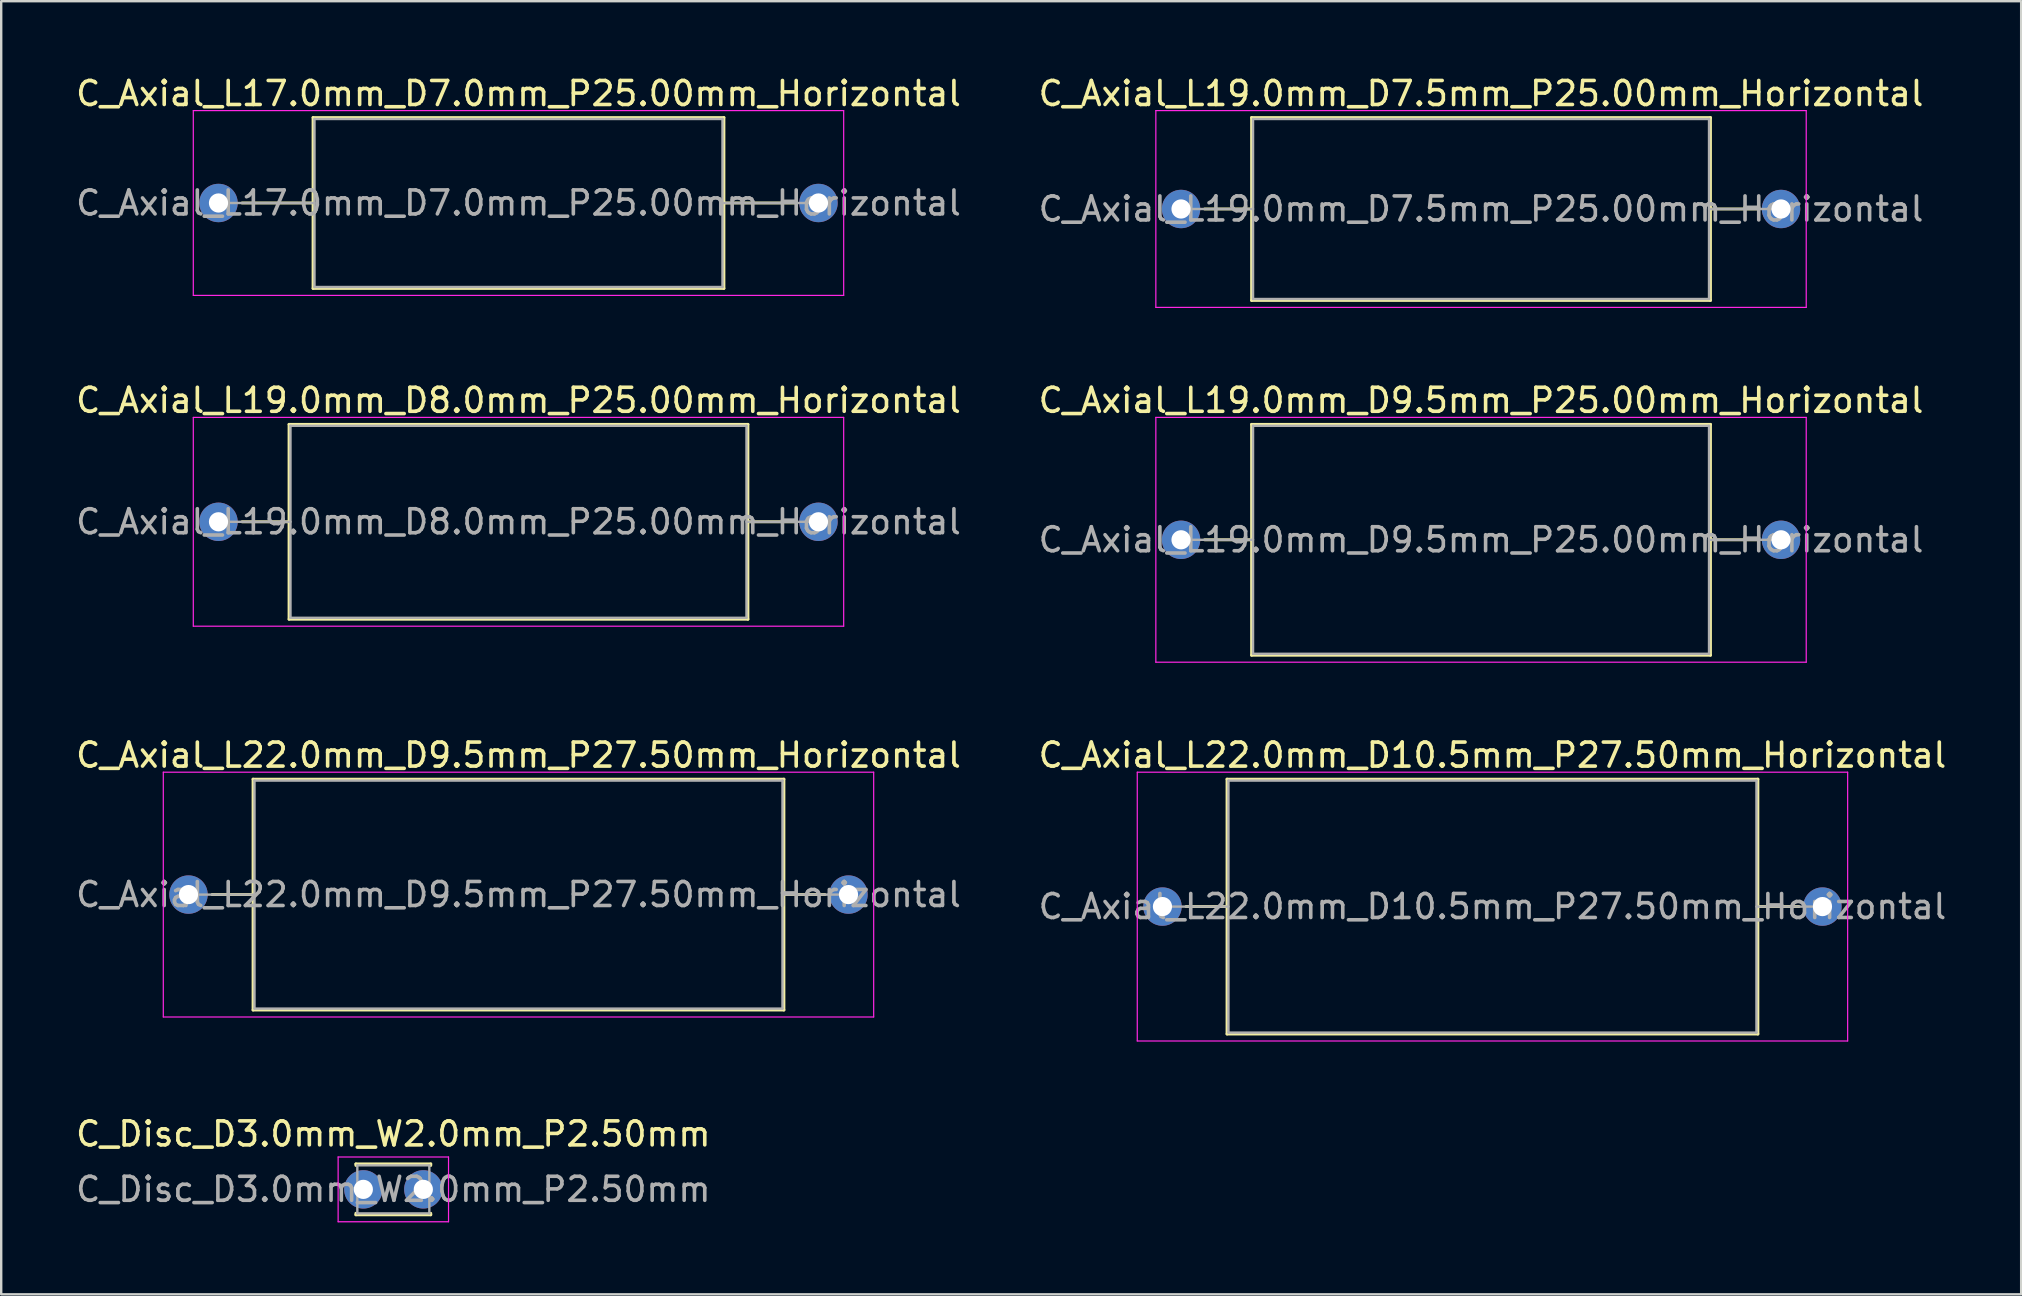
<source format=kicad_pcb>
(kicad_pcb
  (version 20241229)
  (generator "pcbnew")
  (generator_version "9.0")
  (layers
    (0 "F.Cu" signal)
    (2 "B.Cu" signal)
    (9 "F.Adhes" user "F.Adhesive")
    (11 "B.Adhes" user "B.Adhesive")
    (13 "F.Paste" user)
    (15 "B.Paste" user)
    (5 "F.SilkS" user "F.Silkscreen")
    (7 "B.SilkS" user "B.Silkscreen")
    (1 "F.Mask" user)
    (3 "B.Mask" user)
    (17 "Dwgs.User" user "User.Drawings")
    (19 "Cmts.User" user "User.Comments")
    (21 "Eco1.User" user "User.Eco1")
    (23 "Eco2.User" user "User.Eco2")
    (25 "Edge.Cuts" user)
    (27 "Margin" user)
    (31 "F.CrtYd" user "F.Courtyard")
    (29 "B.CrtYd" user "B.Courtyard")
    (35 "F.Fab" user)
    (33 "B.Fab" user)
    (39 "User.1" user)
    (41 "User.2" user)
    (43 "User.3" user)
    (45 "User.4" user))
  (footprint "C_Axial_L22.0mm_D10.5mm_P27.50mm_Horizontal"
    (layer "F.Cu")
    (at 45.387 34.725)
    (property "Reference" "C_Axial_L22.0mm_D10.5mm_P27.50mm_Horizontal" (at 13.75 -6.31 0) (layer "F.SilkS") (effects (font (size 1 1) (thickness 0.15))))
    (attr through_hole)
    (fp_line (start 0.98 0) (end 2.69 0) (stroke (width 0.12) (type solid)) (layer "F.SilkS"))
    (fp_line (start 2.69 -5.31) (end 2.69 5.31) (stroke (width 0.12) (type solid)) (layer "F.SilkS"))
    (fp_line (start 2.69 5.31) (end 24.81 5.31) (stroke (width 0.12) (type solid)) (layer "F.SilkS"))
    (fp_line (start 24.81 -5.31) (end 2.69 -5.31) (stroke (width 0.12) (type solid)) (layer "F.SilkS"))
    (fp_line (start 24.81 5.31) (end 24.81 -5.31) (stroke (width 0.12) (type solid)) (layer "F.SilkS"))
    (fp_line (start 26.52 0) (end 24.81 0) (stroke (width 0.12) (type solid)) (layer "F.SilkS"))
    (fp_line (start -1.05 -5.6) (end -1.05 5.6) (stroke (width 0.05) (type solid)) (layer "F.CrtYd"))
    (fp_line (start -1.05 5.6) (end 28.55 5.6) (stroke (width 0.05) (type solid)) (layer "F.CrtYd"))
    (fp_line (start 28.55 -5.6) (end -1.05 -5.6) (stroke (width 0.05) (type solid)) (layer "F.CrtYd"))
    (fp_line (start 28.55 5.6) (end 28.55 -5.6) (stroke (width 0.05) (type solid)) (layer "F.CrtYd"))
    (fp_line (start 0 0) (end 2.75 0) (stroke (width 0.1) (type solid)) (layer "F.Fab"))
    (fp_line (start 2.75 -5.25) (end 2.75 5.25) (stroke (width 0.1) (type solid)) (layer "F.Fab"))
    (fp_line (start 2.75 5.25) (end 24.75 5.25) (stroke (width 0.1) (type solid)) (layer "F.Fab"))
    (fp_line (start 24.75 -5.25) (end 2.75 -5.25) (stroke (width 0.1) (type solid)) (layer "F.Fab"))
    (fp_line (start 24.75 5.25) (end 24.75 -5.25) (stroke (width 0.1) (type solid)) (layer "F.Fab"))
    (fp_line (start 27.5 0) (end 24.75 0) (stroke (width 0.1) (type solid)) (layer "F.Fab"))
    (fp_text user "${REFERENCE}" (at 13.75 0 0) (layer "F.Fab") (effects (font (size 1 1) (thickness 0.15))))
    (pad "1" thru_hole circle (at 0 0) (size 1.6 1.6) (drill 0.8) (layers "*.Cu" "*.Mask"))
    (pad "2" thru_hole oval (at 27.5 0) (size 1.6 1.6) (drill 0.8) (layers "*.Cu" "*.Mask")))
  (footprint "C_Axial_L22.0mm_D9.5mm_P27.50mm_Horizontal"
    (layer "F.Cu")
    (at 4.804 34.225)
    (property "Reference" "C_Axial_L22.0mm_D9.5mm_P27.50mm_Horizontal" (at 13.75 -5.81 0) (layer "F.SilkS") (effects (font (size 1 1) (thickness 0.15))))
    (attr through_hole)
    (fp_line (start 0.98 0) (end 2.69 0) (stroke (width 0.12) (type solid)) (layer "F.SilkS"))
    (fp_line (start 2.69 -4.81) (end 2.69 4.81) (stroke (width 0.12) (type solid)) (layer "F.SilkS"))
    (fp_line (start 2.69 4.81) (end 24.81 4.81) (stroke (width 0.12) (type solid)) (layer "F.SilkS"))
    (fp_line (start 24.81 -4.81) (end 2.69 -4.81) (stroke (width 0.12) (type solid)) (layer "F.SilkS"))
    (fp_line (start 24.81 4.81) (end 24.81 -4.81) (stroke (width 0.12) (type solid)) (layer "F.SilkS"))
    (fp_line (start 26.52 0) (end 24.81 0) (stroke (width 0.12) (type solid)) (layer "F.SilkS"))
    (fp_line (start -1.05 -5.1) (end -1.05 5.1) (stroke (width 0.05) (type solid)) (layer "F.CrtYd"))
    (fp_line (start -1.05 5.1) (end 28.55 5.1) (stroke (width 0.05) (type solid)) (layer "F.CrtYd"))
    (fp_line (start 28.55 -5.1) (end -1.05 -5.1) (stroke (width 0.05) (type solid)) (layer "F.CrtYd"))
    (fp_line (start 28.55 5.1) (end 28.55 -5.1) (stroke (width 0.05) (type solid)) (layer "F.CrtYd"))
    (fp_line (start 0 0) (end 2.75 0) (stroke (width 0.1) (type solid)) (layer "F.Fab"))
    (fp_line (start 2.75 -4.75) (end 2.75 4.75) (stroke (width 0.1) (type solid)) (layer "F.Fab"))
    (fp_line (start 2.75 4.75) (end 24.75 4.75) (stroke (width 0.1) (type solid)) (layer "F.Fab"))
    (fp_line (start 24.75 -4.75) (end 2.75 -4.75) (stroke (width 0.1) (type solid)) (layer "F.Fab"))
    (fp_line (start 24.75 4.75) (end 24.75 -4.75) (stroke (width 0.1) (type solid)) (layer "F.Fab"))
    (fp_line (start 27.5 0) (end 24.75 0) (stroke (width 0.1) (type solid)) (layer "F.Fab"))
    (fp_text user "${REFERENCE}" (at 13.75 0 0) (layer "F.Fab") (effects (font (size 1 1) (thickness 0.15))))
    (pad "1" thru_hole circle (at 0 0) (size 1.6 1.6) (drill 0.8) (layers "*.Cu" "*.Mask"))
    (pad "2" thru_hole oval (at 27.5 0) (size 1.6 1.6) (drill 0.8) (layers "*.Cu" "*.Mask")))
  (footprint "C_Axial_L19.0mm_D7.5mm_P25.00mm_Horizontal"
    (layer "F.Cu")
    (at 46.161 5.658)
    (property "Reference" "C_Axial_L19.0mm_D7.5mm_P25.00mm_Horizontal" (at 12.5 -4.81 0) (layer "F.SilkS") (effects (font (size 1 1) (thickness 0.15))))
    (attr through_hole)
    (fp_line (start 0.98 0) (end 2.94 0) (stroke (width 0.12) (type solid)) (layer "F.SilkS"))
    (fp_line (start 2.94 -3.81) (end 2.94 3.81) (stroke (width 0.12) (type solid)) (layer "F.SilkS"))
    (fp_line (start 2.94 3.81) (end 22.06 3.81) (stroke (width 0.12) (type solid)) (layer "F.SilkS"))
    (fp_line (start 22.06 -3.81) (end 2.94 -3.81) (stroke (width 0.12) (type solid)) (layer "F.SilkS"))
    (fp_line (start 22.06 3.81) (end 22.06 -3.81) (stroke (width 0.12) (type solid)) (layer "F.SilkS"))
    (fp_line (start 24.02 0) (end 22.06 0) (stroke (width 0.12) (type solid)) (layer "F.SilkS"))
    (fp_line (start -1.05 -4.1) (end -1.05 4.1) (stroke (width 0.05) (type solid)) (layer "F.CrtYd"))
    (fp_line (start -1.05 4.1) (end 26.05 4.1) (stroke (width 0.05) (type solid)) (layer "F.CrtYd"))
    (fp_line (start 26.05 -4.1) (end -1.05 -4.1) (stroke (width 0.05) (type solid)) (layer "F.CrtYd"))
    (fp_line (start 26.05 4.1) (end 26.05 -4.1) (stroke (width 0.05) (type solid)) (layer "F.CrtYd"))
    (fp_line (start 0 0) (end 3 0) (stroke (width 0.1) (type solid)) (layer "F.Fab"))
    (fp_line (start 3 -3.75) (end 3 3.75) (stroke (width 0.1) (type solid)) (layer "F.Fab"))
    (fp_line (start 3 3.75) (end 22 3.75) (stroke (width 0.1) (type solid)) (layer "F.Fab"))
    (fp_line (start 22 -3.75) (end 3 -3.75) (stroke (width 0.1) (type solid)) (layer "F.Fab"))
    (fp_line (start 22 3.75) (end 22 -3.75) (stroke (width 0.1) (type solid)) (layer "F.Fab"))
    (fp_line (start 25 0) (end 22 0) (stroke (width 0.1) (type solid)) (layer "F.Fab"))
    (fp_text user "${REFERENCE}" (at 12.5 0 0) (layer "F.Fab") (effects (font (size 1 1) (thickness 0.15))))
    (pad "1" thru_hole circle (at 0 0) (size 1.6 1.6) (drill 0.8) (layers "*.Cu" "*.Mask"))
    (pad "2" thru_hole oval (at 25 0) (size 1.6 1.6) (drill 0.8) (layers "*.Cu" "*.Mask")))
  (footprint "C_Axial_L19.0mm_D9.5mm_P25.00mm_Horizontal"
    (layer "F.Cu")
    (at 46.161 19.442)
    (property "Reference" "C_Axial_L19.0mm_D9.5mm_P25.00mm_Horizontal" (at 12.5 -5.81 0) (layer "F.SilkS") (effects (font (size 1 1) (thickness 0.15))))
    (attr through_hole)
    (fp_line (start 0.98 0) (end 2.94 0) (stroke (width 0.12) (type solid)) (layer "F.SilkS"))
    (fp_line (start 2.94 -4.81) (end 2.94 4.81) (stroke (width 0.12) (type solid)) (layer "F.SilkS"))
    (fp_line (start 2.94 4.81) (end 22.06 4.81) (stroke (width 0.12) (type solid)) (layer "F.SilkS"))
    (fp_line (start 22.06 -4.81) (end 2.94 -4.81) (stroke (width 0.12) (type solid)) (layer "F.SilkS"))
    (fp_line (start 22.06 4.81) (end 22.06 -4.81) (stroke (width 0.12) (type solid)) (layer "F.SilkS"))
    (fp_line (start 24.02 0) (end 22.06 0) (stroke (width 0.12) (type solid)) (layer "F.SilkS"))
    (fp_line (start -1.05 -5.1) (end -1.05 5.1) (stroke (width 0.05) (type solid)) (layer "F.CrtYd"))
    (fp_line (start -1.05 5.1) (end 26.05 5.1) (stroke (width 0.05) (type solid)) (layer "F.CrtYd"))
    (fp_line (start 26.05 -5.1) (end -1.05 -5.1) (stroke (width 0.05) (type solid)) (layer "F.CrtYd"))
    (fp_line (start 26.05 5.1) (end 26.05 -5.1) (stroke (width 0.05) (type solid)) (layer "F.CrtYd"))
    (fp_line (start 0 0) (end 3 0) (stroke (width 0.1) (type solid)) (layer "F.Fab"))
    (fp_line (start 3 -4.75) (end 3 4.75) (stroke (width 0.1) (type solid)) (layer "F.Fab"))
    (fp_line (start 3 4.75) (end 22 4.75) (stroke (width 0.1) (type solid)) (layer "F.Fab"))
    (fp_line (start 22 -4.75) (end 3 -4.75) (stroke (width 0.1) (type solid)) (layer "F.Fab"))
    (fp_line (start 22 4.75) (end 22 -4.75) (stroke (width 0.1) (type solid)) (layer "F.Fab"))
    (fp_line (start 25 0) (end 22 0) (stroke (width 0.1) (type solid)) (layer "F.Fab"))
    (fp_text user "${REFERENCE}" (at 12.5 0 0) (layer "F.Fab") (effects (font (size 1 1) (thickness 0.15))))
    (pad "1" thru_hole circle (at 0 0) (size 1.6 1.6) (drill 0.8) (layers "*.Cu" "*.Mask"))
    (pad "2" thru_hole oval (at 25 0) (size 1.6 1.6) (drill 0.8) (layers "*.Cu" "*.Mask")))
  (footprint "C_Axial_L19.0mm_D8.0mm_P25.00mm_Horizontal"
    (layer "F.Cu")
    (at 6.054 18.692)
    (property "Reference" "C_Axial_L19.0mm_D8.0mm_P25.00mm_Horizontal" (at 12.5 -5.06 0) (layer "F.SilkS") (effects (font (size 1 1) (thickness 0.15))))
    (attr through_hole)
    (fp_line (start 0.98 0) (end 2.94 0) (stroke (width 0.12) (type solid)) (layer "F.SilkS"))
    (fp_line (start 2.94 -4.06) (end 2.94 4.06) (stroke (width 0.12) (type solid)) (layer "F.SilkS"))
    (fp_line (start 2.94 4.06) (end 22.06 4.06) (stroke (width 0.12) (type solid)) (layer "F.SilkS"))
    (fp_line (start 22.06 -4.06) (end 2.94 -4.06) (stroke (width 0.12) (type solid)) (layer "F.SilkS"))
    (fp_line (start 22.06 4.06) (end 22.06 -4.06) (stroke (width 0.12) (type solid)) (layer "F.SilkS"))
    (fp_line (start 24.02 0) (end 22.06 0) (stroke (width 0.12) (type solid)) (layer "F.SilkS"))
    (fp_line (start -1.05 -4.35) (end -1.05 4.35) (stroke (width 0.05) (type solid)) (layer "F.CrtYd"))
    (fp_line (start -1.05 4.35) (end 26.05 4.35) (stroke (width 0.05) (type solid)) (layer "F.CrtYd"))
    (fp_line (start 26.05 -4.35) (end -1.05 -4.35) (stroke (width 0.05) (type solid)) (layer "F.CrtYd"))
    (fp_line (start 26.05 4.35) (end 26.05 -4.35) (stroke (width 0.05) (type solid)) (layer "F.CrtYd"))
    (fp_line (start 0 0) (end 3 0) (stroke (width 0.1) (type solid)) (layer "F.Fab"))
    (fp_line (start 3 -4) (end 3 4) (stroke (width 0.1) (type solid)) (layer "F.Fab"))
    (fp_line (start 3 4) (end 22 4) (stroke (width 0.1) (type solid)) (layer "F.Fab"))
    (fp_line (start 22 -4) (end 3 -4) (stroke (width 0.1) (type solid)) (layer "F.Fab"))
    (fp_line (start 22 4) (end 22 -4) (stroke (width 0.1) (type solid)) (layer "F.Fab"))
    (fp_line (start 25 0) (end 22 0) (stroke (width 0.1) (type solid)) (layer "F.Fab"))
    (fp_text user "${REFERENCE}" (at 12.5 0 0) (layer "F.Fab") (effects (font (size 1 1) (thickness 0.15))))
    (pad "1" thru_hole circle (at 0 0) (size 1.6 1.6) (drill 0.8) (layers "*.Cu" "*.Mask"))
    (pad "2" thru_hole oval (at 25 0) (size 1.6 1.6) (drill 0.8) (layers "*.Cu" "*.Mask")))
  (footprint "C_Axial_L17.0mm_D7.0mm_P25.00mm_Horizontal"
    (layer "F.Cu")
    (at 6.054 5.408)
    (property "Reference" "C_Axial_L17.0mm_D7.0mm_P25.00mm_Horizontal" (at 12.5 -4.56 0) (layer "F.SilkS") (effects (font (size 1 1) (thickness 0.15))))
    (attr through_hole)
    (fp_line (start 0.98 0) (end 3.94 0) (stroke (width 0.12) (type solid)) (layer "F.SilkS"))
    (fp_line (start 3.94 -3.56) (end 3.94 3.56) (stroke (width 0.12) (type solid)) (layer "F.SilkS"))
    (fp_line (start 3.94 3.56) (end 21.06 3.56) (stroke (width 0.12) (type solid)) (layer "F.SilkS"))
    (fp_line (start 21.06 -3.56) (end 3.94 -3.56) (stroke (width 0.12) (type solid)) (layer "F.SilkS"))
    (fp_line (start 21.06 3.56) (end 21.06 -3.56) (stroke (width 0.12) (type solid)) (layer "F.SilkS"))
    (fp_line (start 24.02 0) (end 21.06 0) (stroke (width 0.12) (type solid)) (layer "F.SilkS"))
    (fp_line (start -1.05 -3.85) (end -1.05 3.85) (stroke (width 0.05) (type solid)) (layer "F.CrtYd"))
    (fp_line (start -1.05 3.85) (end 26.05 3.85) (stroke (width 0.05) (type solid)) (layer "F.CrtYd"))
    (fp_line (start 26.05 -3.85) (end -1.05 -3.85) (stroke (width 0.05) (type solid)) (layer "F.CrtYd"))
    (fp_line (start 26.05 3.85) (end 26.05 -3.85) (stroke (width 0.05) (type solid)) (layer "F.CrtYd"))
    (fp_line (start 0 0) (end 4 0) (stroke (width 0.1) (type solid)) (layer "F.Fab"))
    (fp_line (start 4 -3.5) (end 4 3.5) (stroke (width 0.1) (type solid)) (layer "F.Fab"))
    (fp_line (start 4 3.5) (end 21 3.5) (stroke (width 0.1) (type solid)) (layer "F.Fab"))
    (fp_line (start 21 -3.5) (end 4 -3.5) (stroke (width 0.1) (type solid)) (layer "F.Fab"))
    (fp_line (start 21 3.5) (end 21 -3.5) (stroke (width 0.1) (type solid)) (layer "F.Fab"))
    (fp_line (start 25 0) (end 21 0) (stroke (width 0.1) (type solid)) (layer "F.Fab"))
    (fp_text user "${REFERENCE}" (at 12.5 0 0) (layer "F.Fab") (effects (font (size 1 1) (thickness 0.15))))
    (pad "1" thru_hole circle (at 0 0) (size 1.6 1.6) (drill 0.8) (layers "*.Cu" "*.Mask"))
    (pad "2" thru_hole oval (at 25 0) (size 1.6 1.6) (drill 0.8) (layers "*.Cu" "*.Mask")))
  (footprint "C_Disc_D3.0mm_W2.0mm_P2.50mm"
    (layer "F.Cu")
    (at 12.089 46.508)
    (property "Reference" "C_Disc_D3.0mm_W2.0mm_P2.50mm" (at 1.25 -2.31 0) (layer "F.SilkS") (effects (font (size 1 1) (thickness 0.15))))
    (attr through_hole)
    (fp_line (start -0.31 -1.06) (end -0.31 -0.996) (stroke (width 0.12) (type solid)) (layer "F.SilkS"))
    (fp_line (start -0.31 -1.06) (end 2.81 -1.06) (stroke (width 0.12) (type solid)) (layer "F.SilkS"))
    (fp_line (start -0.31 0.996) (end -0.31 1.06) (stroke (width 0.12) (type solid)) (layer "F.SilkS"))
    (fp_line (start -0.31 1.06) (end 2.81 1.06) (stroke (width 0.12) (type solid)) (layer "F.SilkS"))
    (fp_line (start 2.81 -1.06) (end 2.81 -0.996) (stroke (width 0.12) (type solid)) (layer "F.SilkS"))
    (fp_line (start 2.81 0.996) (end 2.81 1.06) (stroke (width 0.12) (type solid)) (layer "F.SilkS"))
    (fp_line (start -1.05 -1.35) (end -1.05 1.35) (stroke (width 0.05) (type solid)) (layer "F.CrtYd"))
    (fp_line (start -1.05 1.35) (end 3.55 1.35) (stroke (width 0.05) (type solid)) (layer "F.CrtYd"))
    (fp_line (start 3.55 -1.35) (end -1.05 -1.35) (stroke (width 0.05) (type solid)) (layer "F.CrtYd"))
    (fp_line (start 3.55 1.35) (end 3.55 -1.35) (stroke (width 0.05) (type solid)) (layer "F.CrtYd"))
    (fp_line (start -0.25 -1) (end -0.25 1) (stroke (width 0.1) (type solid)) (layer "F.Fab"))
    (fp_line (start -0.25 1) (end 2.75 1) (stroke (width 0.1) (type solid)) (layer "F.Fab"))
    (fp_line (start 2.75 -1) (end -0.25 -1) (stroke (width 0.1) (type solid)) (layer "F.Fab"))
    (fp_line (start 2.75 1) (end 2.75 -1) (stroke (width 0.1) (type solid)) (layer "F.Fab"))
    (fp_text user "${REFERENCE}" (at 1.25 0 0) (layer "F.Fab") (effects (font (size 1 1) (thickness 0.15))))
    (pad "1" thru_hole circle (at 0 0) (size 1.6 1.6) (drill 0.8) (layers "*.Cu" "*.Mask"))
    (pad "2" thru_hole circle (at 2.5 0) (size 1.6 1.6) (drill 0.8) (layers "*.Cu" "*.Mask")))
  (gr_rect
    (start -3 -3)
    (end 81.167 50.883)
    (stroke (width 0.1) (type default))
    (fill no)
    (layer "Edge.Cuts")))
</source>
